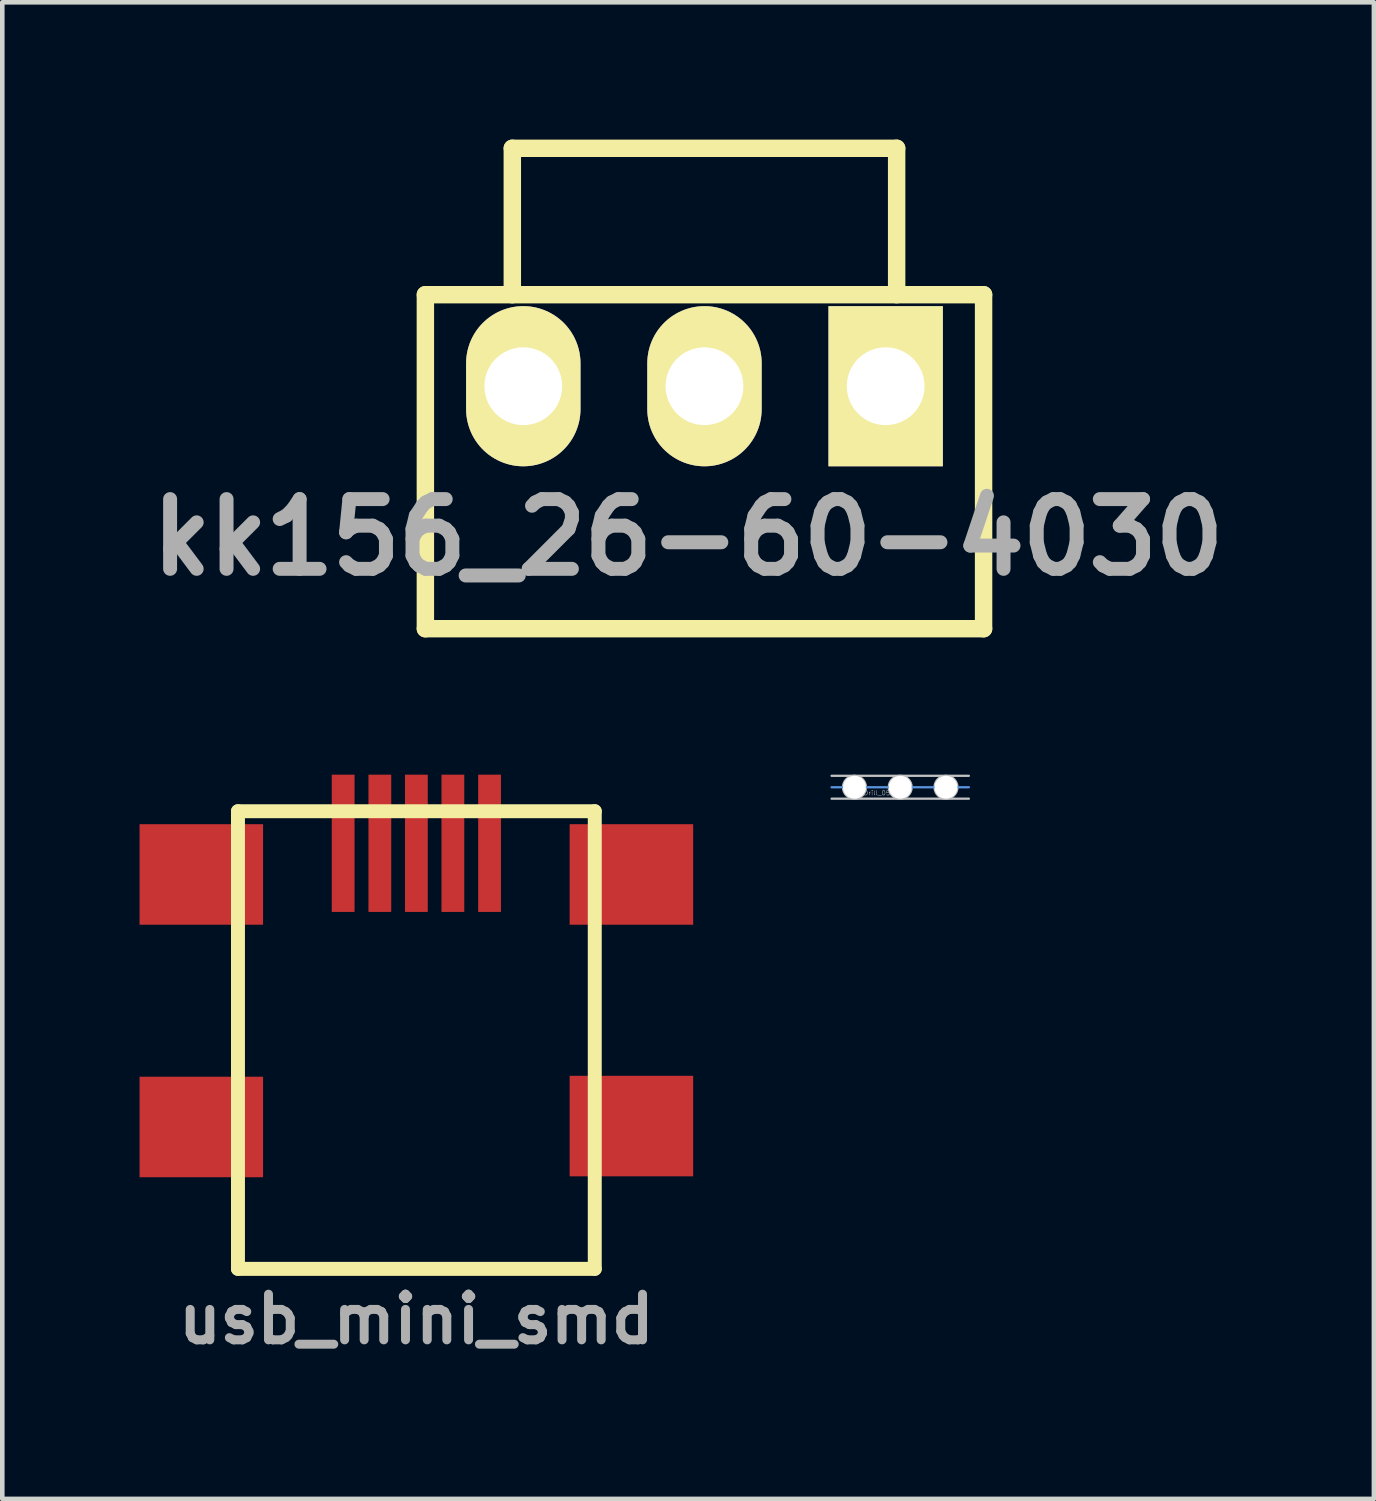
<source format=kicad_pcb>
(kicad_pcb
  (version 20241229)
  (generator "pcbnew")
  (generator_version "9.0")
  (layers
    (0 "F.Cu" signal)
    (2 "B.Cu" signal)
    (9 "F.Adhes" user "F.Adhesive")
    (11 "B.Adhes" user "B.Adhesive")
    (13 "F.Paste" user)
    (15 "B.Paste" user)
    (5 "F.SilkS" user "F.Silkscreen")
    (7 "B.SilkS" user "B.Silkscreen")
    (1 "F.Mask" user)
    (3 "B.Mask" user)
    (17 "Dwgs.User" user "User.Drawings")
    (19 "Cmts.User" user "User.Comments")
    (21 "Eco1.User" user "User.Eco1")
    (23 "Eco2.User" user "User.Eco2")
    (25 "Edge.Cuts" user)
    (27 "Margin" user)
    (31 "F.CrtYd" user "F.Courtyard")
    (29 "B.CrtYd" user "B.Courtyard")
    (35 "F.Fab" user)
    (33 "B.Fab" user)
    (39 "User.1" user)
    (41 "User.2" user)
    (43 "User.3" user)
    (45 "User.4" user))
  (footprint "kk156_26-60-4030"
    (layer "F.Cu")
    (at 12.347 5.391)
    (property "Reference" "kk156_26-60-4030" (at -0.358 3.302 0) (layer "F.Fab") (effects (font (size 1.524 1.524) (thickness 0.305))))
    (attr through_hole)
    (fp_line (start -6.1 -2) (end 6.1 -2) (stroke (width 0.381) (type solid)) (layer "F.SilkS"))
    (fp_line (start -6.1 5.3) (end -6.1 -2) (stroke (width 0.381) (type solid)) (layer "F.SilkS"))
    (fp_line (start -6.1 5.3) (end 6.1 5.3) (stroke (width 0.381) (type solid)) (layer "F.SilkS"))
    (fp_line (start -4.2 -5.2) (end 4.2 -5.2) (stroke (width 0.381) (type solid)) (layer "F.SilkS"))
    (fp_line (start -4.2 -2) (end -4.2 -5.2) (stroke (width 0.381) (type solid)) (layer "F.SilkS"))
    (fp_line (start 4.2 -5.2) (end 4.2 -2) (stroke (width 0.381) (type solid)) (layer "F.SilkS"))
    (fp_line (start 6.1 -2) (end 6.1 5.3) (stroke (width 0.381) (type solid)) (layer "F.SilkS"))
    (pad "1" thru_hole rect (at 3.96 0) (size 2.5 3.5) (drill 1.7) (layers "*.Cu" "*.Mask" "F.SilkS"))
    (pad "2" thru_hole oval (at 0 0) (size 2.5 3.5) (drill 1.7) (layers "*.Cu" "*.Mask" "F.SilkS"))
    (pad "3" thru_hole oval (at -3.96 0) (size 2.5 3.5) (drill 1.7) (layers "*.Cu" "*.Mask" "F.SilkS")))
  (footprint "z_Drill_05x3"
    (layer "F.Cu")
    (at 16.625 14.156)
    (property "Reference" "z_Drill_05x3" (at -0.5 0.125 0) (layer "F.Fab") (effects (font (size 0.1 0.1) (thickness 0.01))))
    (attr through_hole)
    (fp_line (start -1.5 -0.25) (end 1.5 -0.25) (stroke (width 0.05) (type solid)) (layer "Dwgs.User"))
    (fp_line (start -1.5 0.25) (end 1.5 0.25) (stroke (width 0.05) (type solid)) (layer "Dwgs.User"))
    (fp_circle (center -1 0) (end -0.75 0) (stroke (width 0.05) (type solid)) (fill no) (layer "Dwgs.User"))
    (fp_circle (center 0 0) (end 0.25 0) (stroke (width 0.05) (type solid)) (fill no) (layer "Dwgs.User"))
    (fp_circle (center 1 0) (end 0.75 0) (stroke (width 0.05) (type solid)) (fill no) (layer "Dwgs.User"))
    (fp_line (start -1.5 0) (end 1.5 0) (stroke (width 0.05) (type solid)) (layer "Cmts.User"))
    (fp_text user "${REFERENCE}" (at 0 0 180) (layer "Eco1.User") (effects (font (size 0.3 0.3) (thickness 0.03))))
    (pad "" np_thru_hole circle (at -1 0) (size 0.5 0.5) (drill 0.5) (layers "*.Cu" "*.Mask"))
    (pad "" np_thru_hole circle (at 0 0) (size 0.5 0.5) (drill 0.5) (layers "*.Cu" "*.Mask"))
    (pad "" np_thru_hole circle (at 1 0) (size 0.5 0.5) (drill 0.5) (layers "*.Cu" "*.Mask")))
  (footprint "usb_mini_smd"
    (layer "F.Cu")
    (at 6.05 19.681)
    (property "Reference" "usb_mini_smd" (at 0 6.101 0) (layer "F.Fab") (effects (font (size 0.998 0.998) (thickness 0.196))))
    (attr through_hole)
    (fp_line (start -3.899 -5.001) (end -3.899 5.001) (stroke (width 0.305) (type solid)) (layer "F.SilkS"))
    (fp_line (start -3.899 5.001) (end 3.899 5.001) (stroke (width 0.305) (type solid)) (layer "F.SilkS"))
    (fp_line (start 3.899 -5.001) (end -3.899 -5.001) (stroke (width 0.305) (type solid)) (layer "F.SilkS"))
    (fp_line (start 3.899 5.001) (end 3.899 -5.001) (stroke (width 0.305) (type solid)) (layer "F.SilkS"))
    (pad "" smd rect (at -4.7 -3.619) (size 2.7 2.197) (layers "F.Cu" "F.Mask" "F.Paste"))
    (pad "" smd rect (at -4.7 1.9) (size 2.7 2.197) (layers "F.Cu" "F.Mask" "F.Paste"))
    (pad "" smd rect (at 4.7 -3.619) (size 2.7 2.197) (layers "F.Cu" "F.Mask" "F.Paste"))
    (pad "" smd rect (at 4.7 1.88) (size 2.7 2.197) (layers "F.Cu" "F.Mask" "F.Paste"))
    (pad "1" smd rect (at -1.6 -4.3) (size 0.498 3) (layers "F.Cu" "F.Mask" "F.Paste"))
    (pad "2" smd rect (at -0.798 -4.3) (size 0.498 3) (layers "F.Cu" "F.Mask" "F.Paste"))
    (pad "3" smd rect (at 0 -4.3) (size 0.498 3) (layers "F.Cu" "F.Mask" "F.Paste"))
    (pad "4" smd rect (at 0.798 -4.3) (size 0.498 3) (layers "F.Cu" "F.Mask" "F.Paste"))
    (pad "5" smd rect (at 1.6 -4.3) (size 0.498 3) (layers "F.Cu" "F.Mask" "F.Paste")))
  (gr_rect
    (start -3 -3)
    (end 26.978 29.709)
    (stroke (width 0.1) (type default))
    (fill no)
    (layer "Edge.Cuts")))
</source>
